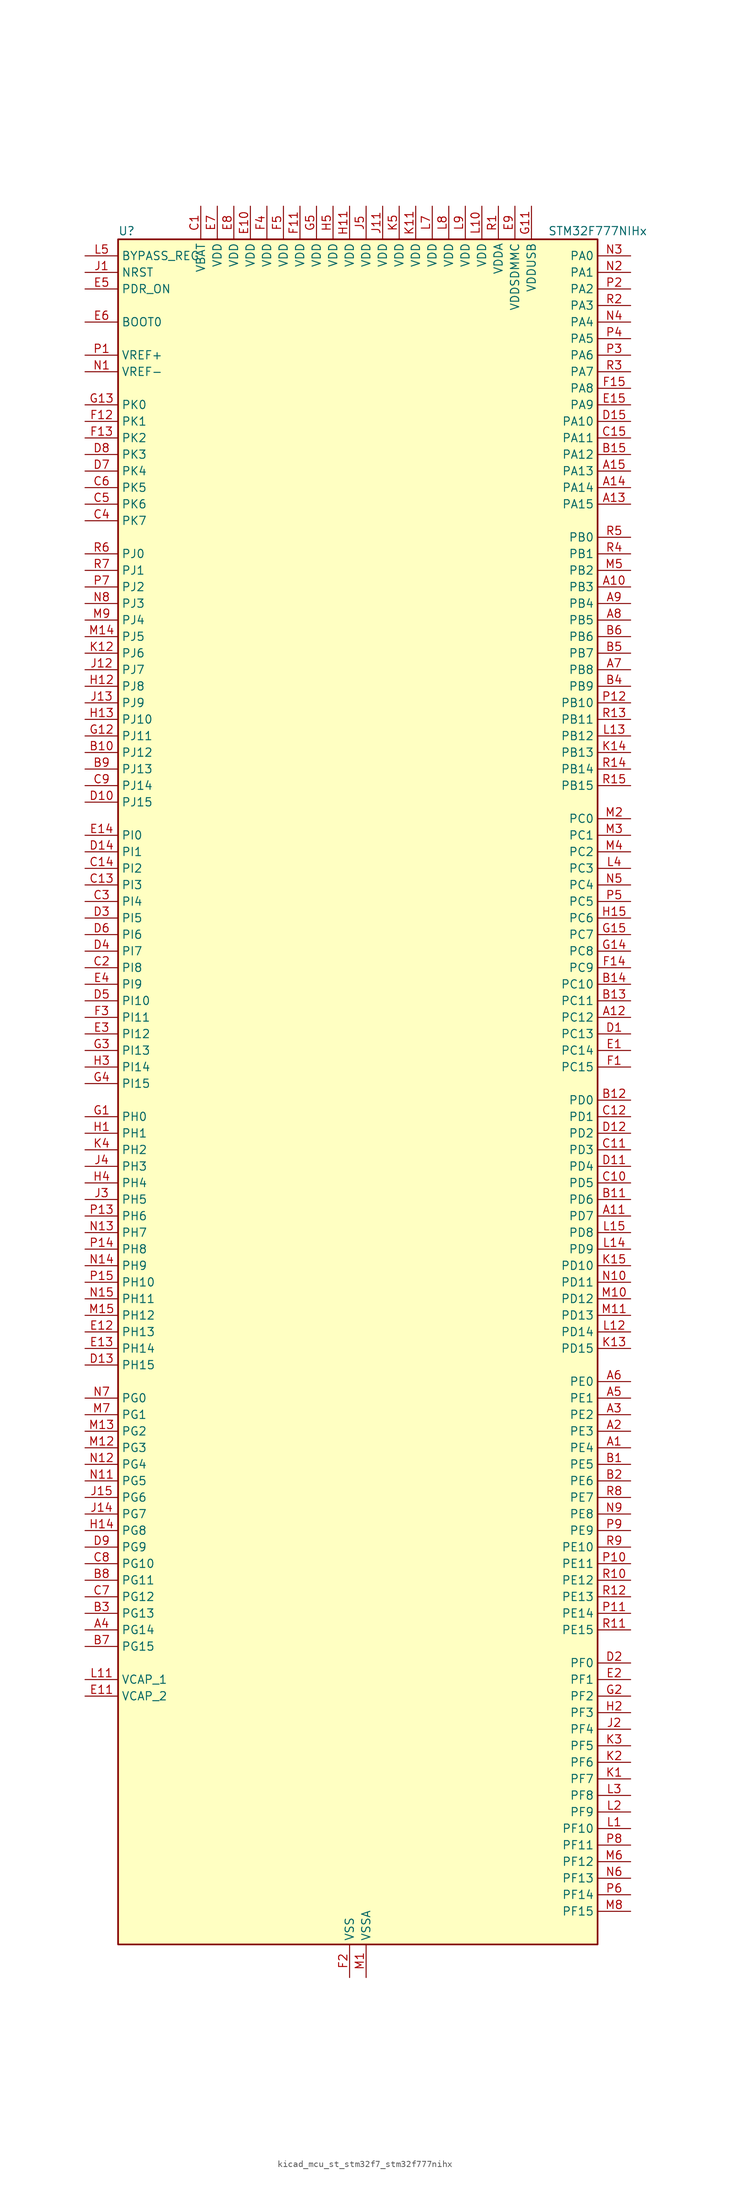
<source format=kicad_sym>
(kicad_symbol_lib
  (version 20220914)
  (generator kicad_symbol_editor)
  (symbol "kicad_mcu_st_stm32f7_stm32f777nihx"
    (property "Reference" "U"
      (at -35.56 133.35 0)
      (effects (font (size 1.27 1.27)) (justify left)))
    (property "Value" "STM32F777NIHx"
      (at 30.48 133.35 0)
      (effects (font (size 1.27 1.27)) (justify left)))
    (property "ki_locked" ""
      (at 0 0 0)
      (effects (font (size 1.27 1.27))))
    (symbol "kicad_mcu_st_stm32f7_stm32f777nihx_0_1"
      (rectangle (start -35.56 -129.54) (end 38.1 132.08) (stroke (width 0.254) (type default)) (fill (type background))))
    (symbol "kicad_mcu_st_stm32f7_stm32f777nihx_1_1"
      (pin bidirectional line (at 43.18 -53.34 180) (length 5.08) (name "PE4" (effects (font (size 1.27 1.27)))) (number "A1" (effects (font (size 1.27 1.27)))) (alternate "DCMI_D4" bidirectional line) (alternate "DFSDM1_DATIN3" bidirectional line) (alternate "FMC_A20" bidirectional line) (alternate "LTDC_B0" bidirectional line) (alternate "SAI1_FS_A" bidirectional line) (alternate "SPI4_NSS" bidirectional line) (alternate "SYS_TRACED1" bidirectional line))
      (pin bidirectional line (at 43.18 78.74 180) (length 5.08) (name "PB3" (effects (font (size 1.27 1.27)))) (number "A10" (effects (font (size 1.27 1.27)))) (alternate "CAN3_RX" bidirectional line) (alternate "I2S1_CK" bidirectional line) (alternate "I2S3_CK" bidirectional line) (alternate "SDMMC2_D2" bidirectional line) (alternate "SPI1_SCK" bidirectional line) (alternate "SPI3_SCK" bidirectional line) (alternate "SPI6_SCK" bidirectional line) (alternate "SYS_JTDO-SWO" bidirectional line) (alternate "TIM2_CH2" bidirectional line) (alternate "UART7_RX" bidirectional line))
      (pin bidirectional line (at 43.18 -17.78 180) (length 5.08) (name "PD7" (effects (font (size 1.27 1.27)))) (number "A11" (effects (font (size 1.27 1.27)))) (alternate "DFSDM1_CKIN1" bidirectional line) (alternate "DFSDM1_DATIN4" bidirectional line) (alternate "FMC_NE1" bidirectional line) (alternate "I2S1_SD" bidirectional line) (alternate "SDMMC2_CMD" bidirectional line) (alternate "SPDIFRX_IN0" bidirectional line) (alternate "SPI1_MOSI" bidirectional line) (alternate "USART2_CK" bidirectional line))
      (pin bidirectional line (at 43.18 12.7 180) (length 5.08) (name "PC12" (effects (font (size 1.27 1.27)))) (number "A12" (effects (font (size 1.27 1.27)))) (alternate "DCMI_D9" bidirectional line) (alternate "I2S3_SD" bidirectional line) (alternate "SDMMC1_CK" bidirectional line) (alternate "SPI3_MOSI" bidirectional line) (alternate "SYS_TRACED3" bidirectional line) (alternate "UART5_TX" bidirectional line) (alternate "USART3_CK" bidirectional line))
      (pin bidirectional line (at 43.18 91.44 180) (length 5.08) (name "PA15" (effects (font (size 1.27 1.27)))) (number "A13" (effects (font (size 1.27 1.27)))) (alternate "CAN3_TX" bidirectional line) (alternate "CEC" bidirectional line) (alternate "I2S1_WS" bidirectional line) (alternate "I2S3_WS" bidirectional line) (alternate "SPI1_NSS" bidirectional line) (alternate "SPI3_NSS" bidirectional line) (alternate "SPI6_NSS" bidirectional line) (alternate "SYS_JTDI" bidirectional line) (alternate "TIM2_CH1" bidirectional line) (alternate "TIM2_ETR" bidirectional line) (alternate "UART4_DE" bidirectional line) (alternate "UART4_RTS" bidirectional line) (alternate "UART7_TX" bidirectional line))
      (pin bidirectional line (at 43.18 93.98 180) (length 5.08) (name "PA14" (effects (font (size 1.27 1.27)))) (number "A14" (effects (font (size 1.27 1.27)))) (alternate "SYS_JTCK-SWCLK" bidirectional line))
      (pin bidirectional line (at 43.18 96.52 180) (length 5.08) (name "PA13" (effects (font (size 1.27 1.27)))) (number "A15" (effects (font (size 1.27 1.27)))) (alternate "SYS_JTMS-SWDIO" bidirectional line))
      (pin bidirectional line (at 43.18 -50.8 180) (length 5.08) (name "PE3" (effects (font (size 1.27 1.27)))) (number "A2" (effects (font (size 1.27 1.27)))) (alternate "FMC_A19" bidirectional line) (alternate "SAI1_SD_B" bidirectional line) (alternate "SYS_TRACED0" bidirectional line))
      (pin bidirectional line (at 43.18 -48.26 180) (length 5.08) (name "PE2" (effects (font (size 1.27 1.27)))) (number "A3" (effects (font (size 1.27 1.27)))) (alternate "ETH_TXD3" bidirectional line) (alternate "FMC_A23" bidirectional line) (alternate "QUADSPI_BK1_IO2" bidirectional line) (alternate "SAI1_MCLK_A" bidirectional line) (alternate "SPI4_SCK" bidirectional line) (alternate "SYS_TRACECLK" bidirectional line))
      (pin bidirectional line (at -40.64 -81.28 0) (length 5.08) (name "PG14" (effects (font (size 1.27 1.27)))) (number "A4" (effects (font (size 1.27 1.27)))) (alternate "ETH_TXD1" bidirectional line) (alternate "FMC_A25" bidirectional line) (alternate "LPTIM1_ETR" bidirectional line) (alternate "LTDC_B0" bidirectional line) (alternate "QUADSPI_BK2_IO3" bidirectional line) (alternate "SPI6_MOSI" bidirectional line) (alternate "SYS_TRACED1" bidirectional line) (alternate "USART6_TX" bidirectional line))
      (pin bidirectional line (at 43.18 -45.72 180) (length 5.08) (name "PE1" (effects (font (size 1.27 1.27)))) (number "A5" (effects (font (size 1.27 1.27)))) (alternate "DCMI_D3" bidirectional line) (alternate "FMC_NBL1" bidirectional line) (alternate "LPTIM1_IN2" bidirectional line) (alternate "UART8_TX" bidirectional line))
      (pin bidirectional line (at 43.18 -43.18 180) (length 5.08) (name "PE0" (effects (font (size 1.27 1.27)))) (number "A6" (effects (font (size 1.27 1.27)))) (alternate "DCMI_D2" bidirectional line) (alternate "FMC_NBL0" bidirectional line) (alternate "LPTIM1_ETR" bidirectional line) (alternate "SAI2_MCLK_A" bidirectional line) (alternate "TIM4_ETR" bidirectional line) (alternate "UART8_RX" bidirectional line))
      (pin bidirectional line (at 43.18 66.04 180) (length 5.08) (name "PB8" (effects (font (size 1.27 1.27)))) (number "A7" (effects (font (size 1.27 1.27)))) (alternate "CAN1_RX" bidirectional line) (alternate "DCMI_D6" bidirectional line) (alternate "DFSDM1_CKIN7" bidirectional line) (alternate "ETH_TXD3" bidirectional line) (alternate "I2C1_SCL" bidirectional line) (alternate "I2C4_SCL" bidirectional line) (alternate "LTDC_B6" bidirectional line) (alternate "SDMMC1_D4" bidirectional line) (alternate "SDMMC2_D4" bidirectional line) (alternate "TIM10_CH1" bidirectional line) (alternate "TIM4_CH3" bidirectional line) (alternate "UART5_RX" bidirectional line))
      (pin bidirectional line (at 43.18 73.66 180) (length 5.08) (name "PB5" (effects (font (size 1.27 1.27)))) (number "A8" (effects (font (size 1.27 1.27)))) (alternate "CAN2_RX" bidirectional line) (alternate "DCMI_D10" bidirectional line) (alternate "ETH_PPS_OUT" bidirectional line) (alternate "FMC_SDCKE1" bidirectional line) (alternate "I2C1_SMBA" bidirectional line) (alternate "I2S1_SD" bidirectional line) (alternate "I2S3_SD" bidirectional line) (alternate "LTDC_G7" bidirectional line) (alternate "SPI1_MOSI" bidirectional line) (alternate "SPI3_MOSI" bidirectional line) (alternate "SPI6_MOSI" bidirectional line) (alternate "TIM3_CH2" bidirectional line) (alternate "UART5_RX" bidirectional line) (alternate "USB_OTG_HS_ULPI_D7" bidirectional line))
      (pin bidirectional line (at 43.18 76.2 180) (length 5.08) (name "PB4" (effects (font (size 1.27 1.27)))) (number "A9" (effects (font (size 1.27 1.27)))) (alternate "CAN3_TX" bidirectional line) (alternate "I2S2_WS" bidirectional line) (alternate "SDMMC2_D3" bidirectional line) (alternate "SPI1_MISO" bidirectional line) (alternate "SPI2_NSS" bidirectional line) (alternate "SPI3_MISO" bidirectional line) (alternate "SPI6_MISO" bidirectional line) (alternate "SYS_JTRST" bidirectional line) (alternate "TIM3_CH1" bidirectional line) (alternate "UART7_TX" bidirectional line))
      (pin bidirectional line (at 43.18 -55.88 180) (length 5.08) (name "PE5" (effects (font (size 1.27 1.27)))) (number "B1" (effects (font (size 1.27 1.27)))) (alternate "DCMI_D6" bidirectional line) (alternate "DFSDM1_CKIN3" bidirectional line) (alternate "FMC_A21" bidirectional line) (alternate "LTDC_G0" bidirectional line) (alternate "SAI1_SCK_A" bidirectional line) (alternate "SPI4_MISO" bidirectional line) (alternate "SYS_TRACED2" bidirectional line) (alternate "TIM9_CH1" bidirectional line))
      (pin bidirectional line (at -40.64 53.34 0) (length 5.08) (name "PJ12" (effects (font (size 1.27 1.27)))) (number "B10" (effects (font (size 1.27 1.27)))) (alternate "LTDC_B0" bidirectional line) (alternate "LTDC_G3" bidirectional line))
      (pin bidirectional line (at 43.18 -15.24 180) (length 5.08) (name "PD6" (effects (font (size 1.27 1.27)))) (number "B11" (effects (font (size 1.27 1.27)))) (alternate "DCMI_D10" bidirectional line) (alternate "DFSDM1_CKIN4" bidirectional line) (alternate "DFSDM1_DATIN1" bidirectional line) (alternate "FMC_NWAIT" bidirectional line) (alternate "I2S3_SD" bidirectional line) (alternate "LTDC_B2" bidirectional line) (alternate "SAI1_SD_A" bidirectional line) (alternate "SDMMC2_CK" bidirectional line) (alternate "SPI3_MOSI" bidirectional line) (alternate "USART2_RX" bidirectional line))
      (pin bidirectional line (at 43.18 0 180) (length 5.08) (name "PD0" (effects (font (size 1.27 1.27)))) (number "B12" (effects (font (size 1.27 1.27)))) (alternate "CAN1_RX" bidirectional line) (alternate "DFSDM1_CKIN6" bidirectional line) (alternate "DFSDM1_DATIN7" bidirectional line) (alternate "FMC_D2" bidirectional line) (alternate "FMC_DA2" bidirectional line) (alternate "UART4_RX" bidirectional line))
      (pin bidirectional line (at 43.18 15.24 180) (length 5.08) (name "PC11" (effects (font (size 1.27 1.27)))) (number "B13" (effects (font (size 1.27 1.27)))) (alternate "ADC1_EXTI11" bidirectional line) (alternate "ADC2_EXTI11" bidirectional line) (alternate "ADC3_EXTI11" bidirectional line) (alternate "DCMI_D4" bidirectional line) (alternate "DFSDM1_DATIN5" bidirectional line) (alternate "QUADSPI_BK2_NCS" bidirectional line) (alternate "SDMMC1_D3" bidirectional line) (alternate "SPI3_MISO" bidirectional line) (alternate "UART4_RX" bidirectional line) (alternate "USART3_RX" bidirectional line))
      (pin bidirectional line (at 43.18 17.78 180) (length 5.08) (name "PC10" (effects (font (size 1.27 1.27)))) (number "B14" (effects (font (size 1.27 1.27)))) (alternate "DCMI_D8" bidirectional line) (alternate "DFSDM1_CKIN5" bidirectional line) (alternate "I2S3_CK" bidirectional line) (alternate "LTDC_R2" bidirectional line) (alternate "QUADSPI_BK1_IO1" bidirectional line) (alternate "SDMMC1_D2" bidirectional line) (alternate "SPI3_SCK" bidirectional line) (alternate "UART4_TX" bidirectional line) (alternate "USART3_TX" bidirectional line))
      (pin bidirectional line (at 43.18 99.06 180) (length 5.08) (name "PA12" (effects (font (size 1.27 1.27)))) (number "B15" (effects (font (size 1.27 1.27)))) (alternate "CAN1_TX" bidirectional line) (alternate "I2S2_CK" bidirectional line) (alternate "LTDC_R5" bidirectional line) (alternate "SAI2_FS_B" bidirectional line) (alternate "SPI2_SCK" bidirectional line) (alternate "TIM1_ETR" bidirectional line) (alternate "UART4_TX" bidirectional line) (alternate "USART1_DE" bidirectional line) (alternate "USART1_RTS" bidirectional line) (alternate "USB_OTG_FS_DP" bidirectional line))
      (pin bidirectional line (at 43.18 -58.42 180) (length 5.08) (name "PE6" (effects (font (size 1.27 1.27)))) (number "B2" (effects (font (size 1.27 1.27)))) (alternate "DCMI_D7" bidirectional line) (alternate "FMC_A22" bidirectional line) (alternate "LTDC_G1" bidirectional line) (alternate "SAI1_SD_A" bidirectional line) (alternate "SAI2_MCLK_B" bidirectional line) (alternate "SPI4_MOSI" bidirectional line) (alternate "SYS_TRACED3" bidirectional line) (alternate "TIM1_BKIN2" bidirectional line) (alternate "TIM9_CH2" bidirectional line))
      (pin bidirectional line (at -40.64 -78.74 0) (length 5.08) (name "PG13" (effects (font (size 1.27 1.27)))) (number "B3" (effects (font (size 1.27 1.27)))) (alternate "ETH_TXD0" bidirectional line) (alternate "FMC_A24" bidirectional line) (alternate "LPTIM1_OUT" bidirectional line) (alternate "LTDC_R0" bidirectional line) (alternate "SPI6_SCK" bidirectional line) (alternate "SYS_TRACED0" bidirectional line) (alternate "USART6_CTS" bidirectional line))
      (pin bidirectional line (at 43.18 63.5 180) (length 5.08) (name "PB9" (effects (font (size 1.27 1.27)))) (number "B4" (effects (font (size 1.27 1.27)))) (alternate "CAN1_TX" bidirectional line) (alternate "DAC_EXTI9" bidirectional line) (alternate "DCMI_D7" bidirectional line) (alternate "DFSDM1_DATIN7" bidirectional line) (alternate "I2C1_SDA" bidirectional line) (alternate "I2C4_SDA" bidirectional line) (alternate "I2C4_SMBA" bidirectional line) (alternate "I2S2_WS" bidirectional line) (alternate "LTDC_B7" bidirectional line) (alternate "SDMMC1_D5" bidirectional line) (alternate "SDMMC2_D5" bidirectional line) (alternate "SPI2_NSS" bidirectional line) (alternate "TIM11_CH1" bidirectional line) (alternate "TIM4_CH4" bidirectional line) (alternate "UART5_TX" bidirectional line))
      (pin bidirectional line (at 43.18 68.58 180) (length 5.08) (name "PB7" (effects (font (size 1.27 1.27)))) (number "B5" (effects (font (size 1.27 1.27)))) (alternate "DCMI_VSYNC" bidirectional line) (alternate "DFSDM1_CKIN5" bidirectional line) (alternate "FMC_NL" bidirectional line) (alternate "I2C1_SDA" bidirectional line) (alternate "I2C4_SDA" bidirectional line) (alternate "TIM4_CH2" bidirectional line) (alternate "USART1_RX" bidirectional line))
      (pin bidirectional line (at 43.18 71.12 180) (length 5.08) (name "PB6" (effects (font (size 1.27 1.27)))) (number "B6" (effects (font (size 1.27 1.27)))) (alternate "CAN2_TX" bidirectional line) (alternate "CEC" bidirectional line) (alternate "DCMI_D5" bidirectional line) (alternate "DFSDM1_DATIN5" bidirectional line) (alternate "FMC_SDNE1" bidirectional line) (alternate "I2C1_SCL" bidirectional line) (alternate "I2C4_SCL" bidirectional line) (alternate "QUADSPI_BK1_NCS" bidirectional line) (alternate "TIM4_CH1" bidirectional line) (alternate "UART5_TX" bidirectional line) (alternate "USART1_TX" bidirectional line))
      (pin bidirectional line (at -40.64 -83.82 0) (length 5.08) (name "PG15" (effects (font (size 1.27 1.27)))) (number "B7" (effects (font (size 1.27 1.27)))) (alternate "DCMI_D13" bidirectional line) (alternate "FMC_SDNCAS" bidirectional line) (alternate "USART6_CTS" bidirectional line))
      (pin bidirectional line (at -40.64 -73.66 0) (length 5.08) (name "PG11" (effects (font (size 1.27 1.27)))) (number "B8" (effects (font (size 1.27 1.27)))) (alternate "ADC1_EXTI11" bidirectional line) (alternate "ADC2_EXTI11" bidirectional line) (alternate "ADC3_EXTI11" bidirectional line) (alternate "DCMI_D3" bidirectional line) (alternate "ETH_TX_EN" bidirectional line) (alternate "I2S1_CK" bidirectional line) (alternate "LTDC_B3" bidirectional line) (alternate "SDMMC2_D2" bidirectional line) (alternate "SPDIFRX_IN0" bidirectional line) (alternate "SPI1_SCK" bidirectional line))
      (pin bidirectional line (at -40.64 50.8 0) (length 5.08) (name "PJ13" (effects (font (size 1.27 1.27)))) (number "B9" (effects (font (size 1.27 1.27)))) (alternate "LTDC_B1" bidirectional line) (alternate "LTDC_G4" bidirectional line))
      (pin power_in line (at -22.86 137.16 270) (length 5.08) (name "VBAT" (effects (font (size 1.27 1.27)))) (number "C1" (effects (font (size 1.27 1.27)))))
      (pin bidirectional line (at 43.18 -12.7 180) (length 5.08) (name "PD5" (effects (font (size 1.27 1.27)))) (number "C10" (effects (font (size 1.27 1.27)))) (alternate "FMC_NWE" bidirectional line) (alternate "USART2_TX" bidirectional line))
      (pin bidirectional line (at 43.18 -7.62 180) (length 5.08) (name "PD3" (effects (font (size 1.27 1.27)))) (number "C11" (effects (font (size 1.27 1.27)))) (alternate "DCMI_D5" bidirectional line) (alternate "DFSDM1_CKOUT" bidirectional line) (alternate "DFSDM1_DATIN0" bidirectional line) (alternate "FMC_CLK" bidirectional line) (alternate "I2S2_CK" bidirectional line) (alternate "LTDC_G7" bidirectional line) (alternate "SPI2_SCK" bidirectional line) (alternate "USART2_CTS" bidirectional line))
      (pin bidirectional line (at 43.18 -2.54 180) (length 5.08) (name "PD1" (effects (font (size 1.27 1.27)))) (number "C12" (effects (font (size 1.27 1.27)))) (alternate "CAN1_TX" bidirectional line) (alternate "DFSDM1_CKIN7" bidirectional line) (alternate "DFSDM1_DATIN6" bidirectional line) (alternate "FMC_D3" bidirectional line) (alternate "FMC_DA3" bidirectional line) (alternate "UART4_TX" bidirectional line))
      (pin bidirectional line (at -40.64 33.02 0) (length 5.08) (name "PI3" (effects (font (size 1.27 1.27)))) (number "C13" (effects (font (size 1.27 1.27)))) (alternate "DCMI_D10" bidirectional line) (alternate "FMC_D27" bidirectional line) (alternate "I2S2_SD" bidirectional line) (alternate "SPI2_MOSI" bidirectional line) (alternate "TIM8_ETR" bidirectional line))
      (pin bidirectional line (at -40.64 35.56 0) (length 5.08) (name "PI2" (effects (font (size 1.27 1.27)))) (number "C14" (effects (font (size 1.27 1.27)))) (alternate "DCMI_D9" bidirectional line) (alternate "FMC_D26" bidirectional line) (alternate "LTDC_G7" bidirectional line) (alternate "SPI2_MISO" bidirectional line) (alternate "TIM8_CH4" bidirectional line))
      (pin bidirectional line (at 43.18 101.6 180) (length 5.08) (name "PA11" (effects (font (size 1.27 1.27)))) (number "C15" (effects (font (size 1.27 1.27)))) (alternate "ADC1_EXTI11" bidirectional line) (alternate "ADC2_EXTI11" bidirectional line) (alternate "ADC3_EXTI11" bidirectional line) (alternate "CAN1_RX" bidirectional line) (alternate "I2S2_WS" bidirectional line) (alternate "LTDC_R4" bidirectional line) (alternate "SPI2_NSS" bidirectional line) (alternate "TIM1_CH4" bidirectional line) (alternate "UART4_RX" bidirectional line) (alternate "USART1_CTS" bidirectional line) (alternate "USB_OTG_FS_DM" bidirectional line))
      (pin bidirectional line (at -40.64 20.32 0) (length 5.08) (name "PI8" (effects (font (size 1.27 1.27)))) (number "C2" (effects (font (size 1.27 1.27)))) (alternate "RTC_TAMP2" bidirectional line) (alternate "RTC_TS" bidirectional line) (alternate "SYS_WKUP5" bidirectional line))
      (pin bidirectional line (at -40.64 30.48 0) (length 5.08) (name "PI4" (effects (font (size 1.27 1.27)))) (number "C3" (effects (font (size 1.27 1.27)))) (alternate "DCMI_D5" bidirectional line) (alternate "FMC_NBL2" bidirectional line) (alternate "LTDC_B4" bidirectional line) (alternate "SAI2_MCLK_A" bidirectional line) (alternate "TIM8_BKIN" bidirectional line))
      (pin bidirectional line (at -40.64 88.9 0) (length 5.08) (name "PK7" (effects (font (size 1.27 1.27)))) (number "C4" (effects (font (size 1.27 1.27)))) (alternate "LTDC_DE" bidirectional line))
      (pin bidirectional line (at -40.64 91.44 0) (length 5.08) (name "PK6" (effects (font (size 1.27 1.27)))) (number "C5" (effects (font (size 1.27 1.27)))) (alternate "LTDC_B7" bidirectional line))
      (pin bidirectional line (at -40.64 93.98 0) (length 5.08) (name "PK5" (effects (font (size 1.27 1.27)))) (number "C6" (effects (font (size 1.27 1.27)))) (alternate "LTDC_B6" bidirectional line))
      (pin bidirectional line (at -40.64 -76.2 0) (length 5.08) (name "PG12" (effects (font (size 1.27 1.27)))) (number "C7" (effects (font (size 1.27 1.27)))) (alternate "FMC_NE4" bidirectional line) (alternate "LPTIM1_IN1" bidirectional line) (alternate "LTDC_B1" bidirectional line) (alternate "LTDC_B4" bidirectional line) (alternate "SDMMC2_D3" bidirectional line) (alternate "SPDIFRX_IN1" bidirectional line) (alternate "SPI6_MISO" bidirectional line) (alternate "USART6_DE" bidirectional line) (alternate "USART6_RTS" bidirectional line))
      (pin bidirectional line (at -40.64 -71.12 0) (length 5.08) (name "PG10" (effects (font (size 1.27 1.27)))) (number "C8" (effects (font (size 1.27 1.27)))) (alternate "DCMI_D2" bidirectional line) (alternate "FMC_NE3" bidirectional line) (alternate "I2S1_WS" bidirectional line) (alternate "LTDC_B2" bidirectional line) (alternate "LTDC_G3" bidirectional line) (alternate "SAI2_SD_B" bidirectional line) (alternate "SDMMC2_D1" bidirectional line) (alternate "SPI1_NSS" bidirectional line))
      (pin bidirectional line (at -40.64 48.26 0) (length 5.08) (name "PJ14" (effects (font (size 1.27 1.27)))) (number "C9" (effects (font (size 1.27 1.27)))) (alternate "LTDC_B2" bidirectional line))
      (pin bidirectional line (at 43.18 10.16 180) (length 5.08) (name "PC13" (effects (font (size 1.27 1.27)))) (number "D1" (effects (font (size 1.27 1.27)))) (alternate "RTC_OUT" bidirectional line) (alternate "RTC_TAMP1" bidirectional line) (alternate "RTC_TS" bidirectional line) (alternate "SYS_WKUP4" bidirectional line))
      (pin bidirectional line (at -40.64 45.72 0) (length 5.08) (name "PJ15" (effects (font (size 1.27 1.27)))) (number "D10" (effects (font (size 1.27 1.27)))) (alternate "LTDC_B3" bidirectional line))
      (pin bidirectional line (at 43.18 -10.16 180) (length 5.08) (name "PD4" (effects (font (size 1.27 1.27)))) (number "D11" (effects (font (size 1.27 1.27)))) (alternate "DFSDM1_CKIN0" bidirectional line) (alternate "FMC_NOE" bidirectional line) (alternate "USART2_DE" bidirectional line) (alternate "USART2_RTS" bidirectional line))
      (pin bidirectional line (at 43.18 -5.08 180) (length 5.08) (name "PD2" (effects (font (size 1.27 1.27)))) (number "D12" (effects (font (size 1.27 1.27)))) (alternate "DCMI_D11" bidirectional line) (alternate "SDMMC1_CMD" bidirectional line) (alternate "SYS_TRACED2" bidirectional line) (alternate "TIM3_ETR" bidirectional line) (alternate "UART5_RX" bidirectional line))
      (pin bidirectional line (at -40.64 -40.64 0) (length 5.08) (name "PH15" (effects (font (size 1.27 1.27)))) (number "D13" (effects (font (size 1.27 1.27)))) (alternate "DCMI_D11" bidirectional line) (alternate "FMC_D23" bidirectional line) (alternate "LTDC_G4" bidirectional line) (alternate "TIM8_CH3N" bidirectional line))
      (pin bidirectional line (at -40.64 38.1 0) (length 5.08) (name "PI1" (effects (font (size 1.27 1.27)))) (number "D14" (effects (font (size 1.27 1.27)))) (alternate "DCMI_D8" bidirectional line) (alternate "FMC_D25" bidirectional line) (alternate "I2S2_CK" bidirectional line) (alternate "LTDC_G6" bidirectional line) (alternate "SPI2_SCK" bidirectional line) (alternate "TIM8_BKIN2" bidirectional line))
      (pin bidirectional line (at 43.18 104.14 180) (length 5.08) (name "PA10" (effects (font (size 1.27 1.27)))) (number "D15" (effects (font (size 1.27 1.27)))) (alternate "DCMI_D1" bidirectional line) (alternate "LTDC_B1" bidirectional line) (alternate "LTDC_B4" bidirectional line) (alternate "MDIOS_MDIO" bidirectional line) (alternate "TIM1_CH3" bidirectional line) (alternate "USART1_RX" bidirectional line) (alternate "USB_OTG_FS_ID" bidirectional line))
      (pin bidirectional line (at 43.18 -86.36 180) (length 5.08) (name "PF0" (effects (font (size 1.27 1.27)))) (number "D2" (effects (font (size 1.27 1.27)))) (alternate "FMC_A0" bidirectional line) (alternate "I2C2_SDA" bidirectional line))
      (pin bidirectional line (at -40.64 27.94 0) (length 5.08) (name "PI5" (effects (font (size 1.27 1.27)))) (number "D3" (effects (font (size 1.27 1.27)))) (alternate "DCMI_VSYNC" bidirectional line) (alternate "FMC_NBL3" bidirectional line) (alternate "LTDC_B5" bidirectional line) (alternate "SAI2_SCK_A" bidirectional line) (alternate "TIM8_CH1" bidirectional line))
      (pin bidirectional line (at -40.64 22.86 0) (length 5.08) (name "PI7" (effects (font (size 1.27 1.27)))) (number "D4" (effects (font (size 1.27 1.27)))) (alternate "DCMI_D7" bidirectional line) (alternate "FMC_D29" bidirectional line) (alternate "LTDC_B7" bidirectional line) (alternate "SAI2_FS_A" bidirectional line) (alternate "TIM8_CH3" bidirectional line))
      (pin bidirectional line (at -40.64 15.24 0) (length 5.08) (name "PI10" (effects (font (size 1.27 1.27)))) (number "D5" (effects (font (size 1.27 1.27)))) (alternate "ETH_RX_ER" bidirectional line) (alternate "FMC_D31" bidirectional line) (alternate "LTDC_HSYNC" bidirectional line))
      (pin bidirectional line (at -40.64 25.4 0) (length 5.08) (name "PI6" (effects (font (size 1.27 1.27)))) (number "D6" (effects (font (size 1.27 1.27)))) (alternate "DCMI_D6" bidirectional line) (alternate "FMC_D28" bidirectional line) (alternate "LTDC_B6" bidirectional line) (alternate "SAI2_SD_A" bidirectional line) (alternate "TIM8_CH2" bidirectional line))
      (pin bidirectional line (at -40.64 96.52 0) (length 5.08) (name "PK4" (effects (font (size 1.27 1.27)))) (number "D7" (effects (font (size 1.27 1.27)))) (alternate "LTDC_B5" bidirectional line))
      (pin bidirectional line (at -40.64 99.06 0) (length 5.08) (name "PK3" (effects (font (size 1.27 1.27)))) (number "D8" (effects (font (size 1.27 1.27)))) (alternate "LTDC_B4" bidirectional line))
      (pin bidirectional line (at -40.64 -68.58 0) (length 5.08) (name "PG9" (effects (font (size 1.27 1.27)))) (number "D9" (effects (font (size 1.27 1.27)))) (alternate "DAC_EXTI9" bidirectional line) (alternate "DCMI_VSYNC" bidirectional line) (alternate "FMC_NCE" bidirectional line) (alternate "FMC_NE2" bidirectional line) (alternate "QUADSPI_BK2_IO2" bidirectional line) (alternate "SAI2_FS_B" bidirectional line) (alternate "SDMMC2_D0" bidirectional line) (alternate "SPDIFRX_IN3" bidirectional line) (alternate "SPI1_MISO" bidirectional line) (alternate "USART6_RX" bidirectional line))
      (pin bidirectional line (at 43.18 7.62 180) (length 5.08) (name "PC14" (effects (font (size 1.27 1.27)))) (number "E1" (effects (font (size 1.27 1.27)))) (alternate "RCC_OSC32_IN" bidirectional line))
      (pin power_in line (at -15.24 137.16 270) (length 5.08) (name "VDD" (effects (font (size 1.27 1.27)))) (number "E10" (effects (font (size 1.27 1.27)))))
      (pin power_out line (at -40.64 -91.44 0) (length 5.08) (name "VCAP_2" (effects (font (size 1.27 1.27)))) (number "E11" (effects (font (size 1.27 1.27)))))
      (pin bidirectional line (at -40.64 -35.56 0) (length 5.08) (name "PH13" (effects (font (size 1.27 1.27)))) (number "E12" (effects (font (size 1.27 1.27)))) (alternate "CAN1_TX" bidirectional line) (alternate "FMC_D21" bidirectional line) (alternate "LTDC_G2" bidirectional line) (alternate "TIM8_CH1N" bidirectional line) (alternate "UART4_TX" bidirectional line))
      (pin bidirectional line (at -40.64 -38.1 0) (length 5.08) (name "PH14" (effects (font (size 1.27 1.27)))) (number "E13" (effects (font (size 1.27 1.27)))) (alternate "CAN1_RX" bidirectional line) (alternate "DCMI_D4" bidirectional line) (alternate "FMC_D22" bidirectional line) (alternate "LTDC_G3" bidirectional line) (alternate "TIM8_CH2N" bidirectional line) (alternate "UART4_RX" bidirectional line))
      (pin bidirectional line (at -40.64 40.64 0) (length 5.08) (name "PI0" (effects (font (size 1.27 1.27)))) (number "E14" (effects (font (size 1.27 1.27)))) (alternate "DCMI_D13" bidirectional line) (alternate "FMC_D24" bidirectional line) (alternate "I2S2_WS" bidirectional line) (alternate "LTDC_G5" bidirectional line) (alternate "SPI2_NSS" bidirectional line) (alternate "TIM5_CH4" bidirectional line))
      (pin bidirectional line (at 43.18 106.68 180) (length 5.08) (name "PA9" (effects (font (size 1.27 1.27)))) (number "E15" (effects (font (size 1.27 1.27)))) (alternate "DAC_EXTI9" bidirectional line) (alternate "DCMI_D0" bidirectional line) (alternate "I2C3_SMBA" bidirectional line) (alternate "I2S2_CK" bidirectional line) (alternate "LTDC_R5" bidirectional line) (alternate "SPI2_SCK" bidirectional line) (alternate "TIM1_CH2" bidirectional line) (alternate "USART1_TX" bidirectional line) (alternate "USB_OTG_FS_VBUS" bidirectional line))
      (pin bidirectional line (at 43.18 -88.9 180) (length 5.08) (name "PF1" (effects (font (size 1.27 1.27)))) (number "E2" (effects (font (size 1.27 1.27)))) (alternate "FMC_A1" bidirectional line) (alternate "I2C2_SCL" bidirectional line))
      (pin bidirectional line (at -40.64 10.16 0) (length 5.08) (name "PI12" (effects (font (size 1.27 1.27)))) (number "E3" (effects (font (size 1.27 1.27)))) (alternate "LTDC_HSYNC" bidirectional line))
      (pin bidirectional line (at -40.64 17.78 0) (length 5.08) (name "PI9" (effects (font (size 1.27 1.27)))) (number "E4" (effects (font (size 1.27 1.27)))) (alternate "CAN1_RX" bidirectional line) (alternate "DAC_EXTI9" bidirectional line) (alternate "FMC_D30" bidirectional line) (alternate "LTDC_VSYNC" bidirectional line) (alternate "UART4_RX" bidirectional line))
      (pin input line (at -40.64 124.46 0) (length 5.08) (name "PDR_ON" (effects (font (size 1.27 1.27)))) (number "E5" (effects (font (size 1.27 1.27)))))
      (pin input line (at -40.64 119.38 0) (length 5.08) (name "BOOT0" (effects (font (size 1.27 1.27)))) (number "E6" (effects (font (size 1.27 1.27)))))
      (pin power_in line (at -20.32 137.16 270) (length 5.08) (name "VDD" (effects (font (size 1.27 1.27)))) (number "E7" (effects (font (size 1.27 1.27)))))
      (pin power_in line (at -17.78 137.16 270) (length 5.08) (name "VDD" (effects (font (size 1.27 1.27)))) (number "E8" (effects (font (size 1.27 1.27)))))
      (pin power_in line (at 25.4 137.16 270) (length 5.08) (name "VDDSDMMC" (effects (font (size 1.27 1.27)))) (number "E9" (effects (font (size 1.27 1.27)))))
      (pin bidirectional line (at 43.18 5.08 180) (length 5.08) (name "PC15" (effects (font (size 1.27 1.27)))) (number "F1" (effects (font (size 1.27 1.27)))) (alternate "RCC_OSC32_OUT" bidirectional line))
      (pin passive line (at 0 -134.62 90) (length 5.08) hide (name "VSS" (effects (font (size 1.27 1.27)))) (number "F10" (effects (font (size 1.27 1.27)))))
      (pin power_in line (at -7.62 137.16 270) (length 5.08) (name "VDD" (effects (font (size 1.27 1.27)))) (number "F11" (effects (font (size 1.27 1.27)))))
      (pin bidirectional line (at -40.64 104.14 0) (length 5.08) (name "PK1" (effects (font (size 1.27 1.27)))) (number "F12" (effects (font (size 1.27 1.27)))) (alternate "LTDC_G6" bidirectional line))
      (pin bidirectional line (at -40.64 101.6 0) (length 5.08) (name "PK2" (effects (font (size 1.27 1.27)))) (number "F13" (effects (font (size 1.27 1.27)))) (alternate "LTDC_G7" bidirectional line))
      (pin bidirectional line (at 43.18 20.32 180) (length 5.08) (name "PC9" (effects (font (size 1.27 1.27)))) (number "F14" (effects (font (size 1.27 1.27)))) (alternate "DAC_EXTI9" bidirectional line) (alternate "DCMI_D3" bidirectional line) (alternate "I2C3_SDA" bidirectional line) (alternate "I2S_CKIN" bidirectional line) (alternate "LTDC_B2" bidirectional line) (alternate "LTDC_G3" bidirectional line) (alternate "QUADSPI_BK1_IO0" bidirectional line) (alternate "RCC_MCO_2" bidirectional line) (alternate "SDMMC1_D1" bidirectional line) (alternate "TIM3_CH4" bidirectional line) (alternate "TIM8_CH4" bidirectional line) (alternate "UART5_CTS" bidirectional line))
      (pin bidirectional line (at 43.18 109.22 180) (length 5.08) (name "PA8" (effects (font (size 1.27 1.27)))) (number "F15" (effects (font (size 1.27 1.27)))) (alternate "CAN3_RX" bidirectional line) (alternate "I2C3_SCL" bidirectional line) (alternate "LTDC_B3" bidirectional line) (alternate "LTDC_R6" bidirectional line) (alternate "RCC_MCO_1" bidirectional line) (alternate "TIM1_CH1" bidirectional line) (alternate "TIM8_BKIN2" bidirectional line) (alternate "UART7_RX" bidirectional line) (alternate "USART1_CK" bidirectional line) (alternate "USB_OTG_FS_SOF" bidirectional line))
      (pin power_in line (at 0 -134.62 90) (length 5.08) (name "VSS" (effects (font (size 1.27 1.27)))) (number "F2" (effects (font (size 1.27 1.27)))))
      (pin bidirectional line (at -40.64 12.7 0) (length 5.08) (name "PI11" (effects (font (size 1.27 1.27)))) (number "F3" (effects (font (size 1.27 1.27)))) (alternate "ADC1_EXTI11" bidirectional line) (alternate "ADC2_EXTI11" bidirectional line) (alternate "ADC3_EXTI11" bidirectional line) (alternate "LTDC_G6" bidirectional line) (alternate "SYS_WKUP6" bidirectional line) (alternate "USB_OTG_HS_ULPI_DIR" bidirectional line))
      (pin power_in line (at -12.7 137.16 270) (length 5.08) (name "VDD" (effects (font (size 1.27 1.27)))) (number "F4" (effects (font (size 1.27 1.27)))))
      (pin power_in line (at -10.16 137.16 270) (length 5.08) (name "VDD" (effects (font (size 1.27 1.27)))) (number "F5" (effects (font (size 1.27 1.27)))))
      (pin passive line (at 0 -134.62 90) (length 5.08) hide (name "VSS" (effects (font (size 1.27 1.27)))) (number "F6" (effects (font (size 1.27 1.27)))))
      (pin passive line (at 0 -134.62 90) (length 5.08) hide (name "VSS" (effects (font (size 1.27 1.27)))) (number "F7" (effects (font (size 1.27 1.27)))))
      (pin passive line (at 0 -134.62 90) (length 5.08) hide (name "VSS" (effects (font (size 1.27 1.27)))) (number "F8" (effects (font (size 1.27 1.27)))))
      (pin passive line (at 0 -134.62 90) (length 5.08) hide (name "VSS" (effects (font (size 1.27 1.27)))) (number "F9" (effects (font (size 1.27 1.27)))))
      (pin bidirectional line (at -40.64 -2.54 0) (length 5.08) (name "PH0" (effects (font (size 1.27 1.27)))) (number "G1" (effects (font (size 1.27 1.27)))) (alternate "RCC_OSC_IN" bidirectional line))
      (pin passive line (at 0 -134.62 90) (length 5.08) hide (name "VSS" (effects (font (size 1.27 1.27)))) (number "G10" (effects (font (size 1.27 1.27)))))
      (pin power_in line (at 27.94 137.16 270) (length 5.08) (name "VDDUSB" (effects (font (size 1.27 1.27)))) (number "G11" (effects (font (size 1.27 1.27)))))
      (pin bidirectional line (at -40.64 55.88 0) (length 5.08) (name "PJ11" (effects (font (size 1.27 1.27)))) (number "G12" (effects (font (size 1.27 1.27)))) (alternate "ADC1_EXTI11" bidirectional line) (alternate "ADC2_EXTI11" bidirectional line) (alternate "ADC3_EXTI11" bidirectional line) (alternate "LTDC_G4" bidirectional line))
      (pin bidirectional line (at -40.64 106.68 0) (length 5.08) (name "PK0" (effects (font (size 1.27 1.27)))) (number "G13" (effects (font (size 1.27 1.27)))) (alternate "LTDC_G5" bidirectional line))
      (pin bidirectional line (at 43.18 22.86 180) (length 5.08) (name "PC8" (effects (font (size 1.27 1.27)))) (number "G14" (effects (font (size 1.27 1.27)))) (alternate "DCMI_D2" bidirectional line) (alternate "FMC_NCE" bidirectional line) (alternate "FMC_NE2" bidirectional line) (alternate "SDMMC1_D0" bidirectional line) (alternate "SYS_TRACED1" bidirectional line) (alternate "TIM3_CH3" bidirectional line) (alternate "TIM8_CH3" bidirectional line) (alternate "UART5_DE" bidirectional line) (alternate "UART5_RTS" bidirectional line) (alternate "USART6_CK" bidirectional line))
      (pin bidirectional line (at 43.18 25.4 180) (length 5.08) (name "PC7" (effects (font (size 1.27 1.27)))) (number "G15" (effects (font (size 1.27 1.27)))) (alternate "DCMI_D1" bidirectional line) (alternate "DFSDM1_DATIN3" bidirectional line) (alternate "FMC_NE1" bidirectional line) (alternate "I2S3_MCK" bidirectional line) (alternate "LTDC_G6" bidirectional line) (alternate "SDMMC1_D7" bidirectional line) (alternate "SDMMC2_D7" bidirectional line) (alternate "TIM3_CH2" bidirectional line) (alternate "TIM8_CH2" bidirectional line) (alternate "USART6_RX" bidirectional line))
      (pin bidirectional line (at 43.18 -91.44 180) (length 5.08) (name "PF2" (effects (font (size 1.27 1.27)))) (number "G2" (effects (font (size 1.27 1.27)))) (alternate "FMC_A2" bidirectional line) (alternate "I2C2_SMBA" bidirectional line))
      (pin bidirectional line (at -40.64 7.62 0) (length 5.08) (name "PI13" (effects (font (size 1.27 1.27)))) (number "G3" (effects (font (size 1.27 1.27)))) (alternate "LTDC_VSYNC" bidirectional line))
      (pin bidirectional line (at -40.64 2.54 0) (length 5.08) (name "PI15" (effects (font (size 1.27 1.27)))) (number "G4" (effects (font (size 1.27 1.27)))) (alternate "LTDC_G2" bidirectional line) (alternate "LTDC_R0" bidirectional line))
      (pin power_in line (at -5.08 137.16 270) (length 5.08) (name "VDD" (effects (font (size 1.27 1.27)))) (number "G5" (effects (font (size 1.27 1.27)))))
      (pin passive line (at 0 -134.62 90) (length 5.08) hide (name "VSS" (effects (font (size 1.27 1.27)))) (number "G6" (effects (font (size 1.27 1.27)))))
      (pin bidirectional line (at -40.64 -5.08 0) (length 5.08) (name "PH1" (effects (font (size 1.27 1.27)))) (number "H1" (effects (font (size 1.27 1.27)))) (alternate "RCC_OSC_OUT" bidirectional line))
      (pin passive line (at 0 -134.62 90) (length 5.08) hide (name "VSS" (effects (font (size 1.27 1.27)))) (number "H10" (effects (font (size 1.27 1.27)))))
      (pin power_in line (at 0 137.16 270) (length 5.08) (name "VDD" (effects (font (size 1.27 1.27)))) (number "H11" (effects (font (size 1.27 1.27)))))
      (pin bidirectional line (at -40.64 63.5 0) (length 5.08) (name "PJ8" (effects (font (size 1.27 1.27)))) (number "H12" (effects (font (size 1.27 1.27)))) (alternate "LTDC_G1" bidirectional line))
      (pin bidirectional line (at -40.64 58.42 0) (length 5.08) (name "PJ10" (effects (font (size 1.27 1.27)))) (number "H13" (effects (font (size 1.27 1.27)))) (alternate "LTDC_G3" bidirectional line))
      (pin bidirectional line (at -40.64 -66.04 0) (length 5.08) (name "PG8" (effects (font (size 1.27 1.27)))) (number "H14" (effects (font (size 1.27 1.27)))) (alternate "ETH_PPS_OUT" bidirectional line) (alternate "FMC_SDCLK" bidirectional line) (alternate "LTDC_G7" bidirectional line) (alternate "SPDIFRX_IN2" bidirectional line) (alternate "SPI6_NSS" bidirectional line) (alternate "USART6_DE" bidirectional line) (alternate "USART6_RTS" bidirectional line))
      (pin bidirectional line (at 43.18 27.94 180) (length 5.08) (name "PC6" (effects (font (size 1.27 1.27)))) (number "H15" (effects (font (size 1.27 1.27)))) (alternate "DCMI_D0" bidirectional line) (alternate "DFSDM1_CKIN3" bidirectional line) (alternate "FMC_NWAIT" bidirectional line) (alternate "I2S2_MCK" bidirectional line) (alternate "LTDC_HSYNC" bidirectional line) (alternate "SDMMC1_D6" bidirectional line) (alternate "SDMMC2_D6" bidirectional line) (alternate "TIM3_CH1" bidirectional line) (alternate "TIM8_CH1" bidirectional line) (alternate "USART6_TX" bidirectional line))
      (pin bidirectional line (at 43.18 -93.98 180) (length 5.08) (name "PF3" (effects (font (size 1.27 1.27)))) (number "H2" (effects (font (size 1.27 1.27)))) (alternate "ADC3_IN9" bidirectional line) (alternate "FMC_A3" bidirectional line))
      (pin bidirectional line (at -40.64 5.08 0) (length 5.08) (name "PI14" (effects (font (size 1.27 1.27)))) (number "H3" (effects (font (size 1.27 1.27)))) (alternate "LTDC_CLK" bidirectional line))
      (pin bidirectional line (at -40.64 -12.7 0) (length 5.08) (name "PH4" (effects (font (size 1.27 1.27)))) (number "H4" (effects (font (size 1.27 1.27)))) (alternate "I2C2_SCL" bidirectional line) (alternate "LTDC_G4" bidirectional line) (alternate "LTDC_G5" bidirectional line) (alternate "USB_OTG_HS_ULPI_NXT" bidirectional line))
      (pin power_in line (at -2.54 137.16 270) (length 5.08) (name "VDD" (effects (font (size 1.27 1.27)))) (number "H5" (effects (font (size 1.27 1.27)))))
      (pin passive line (at 0 -134.62 90) (length 5.08) hide (name "VSS" (effects (font (size 1.27 1.27)))) (number "H6" (effects (font (size 1.27 1.27)))))
      (pin input line (at -40.64 127 0) (length 5.08) (name "NRST" (effects (font (size 1.27 1.27)))) (number "J1" (effects (font (size 1.27 1.27)))))
      (pin passive line (at 0 -134.62 90) (length 5.08) hide (name "VSS" (effects (font (size 1.27 1.27)))) (number "J10" (effects (font (size 1.27 1.27)))))
      (pin power_in line (at 5.08 137.16 270) (length 5.08) (name "VDD" (effects (font (size 1.27 1.27)))) (number "J11" (effects (font (size 1.27 1.27)))))
      (pin bidirectional line (at -40.64 66.04 0) (length 5.08) (name "PJ7" (effects (font (size 1.27 1.27)))) (number "J12" (effects (font (size 1.27 1.27)))) (alternate "LTDC_G0" bidirectional line))
      (pin bidirectional line (at -40.64 60.96 0) (length 5.08) (name "PJ9" (effects (font (size 1.27 1.27)))) (number "J13" (effects (font (size 1.27 1.27)))) (alternate "DAC_EXTI9" bidirectional line) (alternate "LTDC_G2" bidirectional line))
      (pin bidirectional line (at -40.64 -63.5 0) (length 5.08) (name "PG7" (effects (font (size 1.27 1.27)))) (number "J14" (effects (font (size 1.27 1.27)))) (alternate "DCMI_D13" bidirectional line) (alternate "FMC_INT" bidirectional line) (alternate "LTDC_CLK" bidirectional line) (alternate "SAI1_MCLK_A" bidirectional line) (alternate "USART6_CK" bidirectional line))
      (pin bidirectional line (at -40.64 -60.96 0) (length 5.08) (name "PG6" (effects (font (size 1.27 1.27)))) (number "J15" (effects (font (size 1.27 1.27)))) (alternate "DCMI_D12" bidirectional line) (alternate "FMC_NE3" bidirectional line) (alternate "LTDC_R7" bidirectional line))
      (pin bidirectional line (at 43.18 -96.52 180) (length 5.08) (name "PF4" (effects (font (size 1.27 1.27)))) (number "J2" (effects (font (size 1.27 1.27)))) (alternate "ADC3_IN14" bidirectional line) (alternate "FMC_A4" bidirectional line))
      (pin bidirectional line (at -40.64 -15.24 0) (length 5.08) (name "PH5" (effects (font (size 1.27 1.27)))) (number "J3" (effects (font (size 1.27 1.27)))) (alternate "FMC_SDNWE" bidirectional line) (alternate "I2C2_SDA" bidirectional line) (alternate "SPI5_NSS" bidirectional line))
      (pin bidirectional line (at -40.64 -10.16 0) (length 5.08) (name "PH3" (effects (font (size 1.27 1.27)))) (number "J4" (effects (font (size 1.27 1.27)))) (alternate "ETH_COL" bidirectional line) (alternate "FMC_SDNE0" bidirectional line) (alternate "LTDC_R1" bidirectional line) (alternate "QUADSPI_BK2_IO1" bidirectional line) (alternate "SAI2_MCLK_B" bidirectional line))
      (pin power_in line (at 2.54 137.16 270) (length 5.08) (name "VDD" (effects (font (size 1.27 1.27)))) (number "J5" (effects (font (size 1.27 1.27)))))
      (pin passive line (at 0 -134.62 90) (length 5.08) hide (name "VSS" (effects (font (size 1.27 1.27)))) (number "J6" (effects (font (size 1.27 1.27)))))
      (pin bidirectional line (at 43.18 -104.14 180) (length 5.08) (name "PF7" (effects (font (size 1.27 1.27)))) (number "K1" (effects (font (size 1.27 1.27)))) (alternate "ADC3_IN5" bidirectional line) (alternate "QUADSPI_BK1_IO2" bidirectional line) (alternate "SAI1_MCLK_B" bidirectional line) (alternate "SPI5_SCK" bidirectional line) (alternate "TIM11_CH1" bidirectional line) (alternate "UART7_TX" bidirectional line))
      (pin passive line (at 0 -134.62 90) (length 5.08) hide (name "VSS" (effects (font (size 1.27 1.27)))) (number "K10" (effects (font (size 1.27 1.27)))))
      (pin power_in line (at 10.16 137.16 270) (length 5.08) (name "VDD" (effects (font (size 1.27 1.27)))) (number "K11" (effects (font (size 1.27 1.27)))))
      (pin bidirectional line (at -40.64 68.58 0) (length 5.08) (name "PJ6" (effects (font (size 1.27 1.27)))) (number "K12" (effects (font (size 1.27 1.27)))) (alternate "LTDC_R7" bidirectional line))
      (pin bidirectional line (at 43.18 -38.1 180) (length 5.08) (name "PD15" (effects (font (size 1.27 1.27)))) (number "K13" (effects (font (size 1.27 1.27)))) (alternate "FMC_D1" bidirectional line) (alternate "FMC_DA1" bidirectional line) (alternate "TIM4_CH4" bidirectional line) (alternate "UART8_DE" bidirectional line) (alternate "UART8_RTS" bidirectional line))
      (pin bidirectional line (at 43.18 53.34 180) (length 5.08) (name "PB13" (effects (font (size 1.27 1.27)))) (number "K14" (effects (font (size 1.27 1.27)))) (alternate "CAN2_TX" bidirectional line) (alternate "DFSDM1_CKIN1" bidirectional line) (alternate "ETH_TXD1" bidirectional line) (alternate "I2S2_CK" bidirectional line) (alternate "SPI2_SCK" bidirectional line) (alternate "TIM1_CH1N" bidirectional line) (alternate "UART5_TX" bidirectional line) (alternate "USART3_CTS" bidirectional line) (alternate "USB_OTG_HS_ULPI_D6" bidirectional line) (alternate "USB_OTG_HS_VBUS" bidirectional line))
      (pin bidirectional line (at 43.18 -25.4 180) (length 5.08) (name "PD10" (effects (font (size 1.27 1.27)))) (number "K15" (effects (font (size 1.27 1.27)))) (alternate "DFSDM1_CKOUT" bidirectional line) (alternate "FMC_D15" bidirectional line) (alternate "FMC_DA15" bidirectional line) (alternate "LTDC_B3" bidirectional line) (alternate "USART3_CK" bidirectional line))
      (pin bidirectional line (at 43.18 -101.6 180) (length 5.08) (name "PF6" (effects (font (size 1.27 1.27)))) (number "K2" (effects (font (size 1.27 1.27)))) (alternate "ADC3_IN4" bidirectional line) (alternate "QUADSPI_BK1_IO3" bidirectional line) (alternate "SAI1_SD_B" bidirectional line) (alternate "SPI5_NSS" bidirectional line) (alternate "TIM10_CH1" bidirectional line) (alternate "UART7_RX" bidirectional line))
      (pin bidirectional line (at 43.18 -99.06 180) (length 5.08) (name "PF5" (effects (font (size 1.27 1.27)))) (number "K3" (effects (font (size 1.27 1.27)))) (alternate "ADC3_IN15" bidirectional line) (alternate "FMC_A5" bidirectional line))
      (pin bidirectional line (at -40.64 -7.62 0) (length 5.08) (name "PH2" (effects (font (size 1.27 1.27)))) (number "K4" (effects (font (size 1.27 1.27)))) (alternate "ETH_CRS" bidirectional line) (alternate "FMC_SDCKE0" bidirectional line) (alternate "LPTIM1_IN2" bidirectional line) (alternate "LTDC_R0" bidirectional line) (alternate "QUADSPI_BK2_IO0" bidirectional line) (alternate "SAI2_SCK_B" bidirectional line))
      (pin power_in line (at 7.62 137.16 270) (length 5.08) (name "VDD" (effects (font (size 1.27 1.27)))) (number "K5" (effects (font (size 1.27 1.27)))))
      (pin passive line (at 0 -134.62 90) (length 5.08) hide (name "VSS" (effects (font (size 1.27 1.27)))) (number "K6" (effects (font (size 1.27 1.27)))))
      (pin passive line (at 0 -134.62 90) (length 5.08) hide (name "VSS" (effects (font (size 1.27 1.27)))) (number "K7" (effects (font (size 1.27 1.27)))))
      (pin passive line (at 0 -134.62 90) (length 5.08) hide (name "VSS" (effects (font (size 1.27 1.27)))) (number "K8" (effects (font (size 1.27 1.27)))))
      (pin passive line (at 0 -134.62 90) (length 5.08) hide (name "VSS" (effects (font (size 1.27 1.27)))) (number "K9" (effects (font (size 1.27 1.27)))))
      (pin bidirectional line (at 43.18 -111.76 180) (length 5.08) (name "PF10" (effects (font (size 1.27 1.27)))) (number "L1" (effects (font (size 1.27 1.27)))) (alternate "ADC3_IN8" bidirectional line) (alternate "DCMI_D11" bidirectional line) (alternate "LTDC_DE" bidirectional line) (alternate "QUADSPI_CLK" bidirectional line))
      (pin power_in line (at 20.32 137.16 270) (length 5.08) (name "VDD" (effects (font (size 1.27 1.27)))) (number "L10" (effects (font (size 1.27 1.27)))))
      (pin power_out line (at -40.64 -88.9 0) (length 5.08) (name "VCAP_1" (effects (font (size 1.27 1.27)))) (number "L11" (effects (font (size 1.27 1.27)))))
      (pin bidirectional line (at 43.18 -35.56 180) (length 5.08) (name "PD14" (effects (font (size 1.27 1.27)))) (number "L12" (effects (font (size 1.27 1.27)))) (alternate "FMC_D0" bidirectional line) (alternate "FMC_DA0" bidirectional line) (alternate "TIM4_CH3" bidirectional line) (alternate "UART8_CTS" bidirectional line))
      (pin bidirectional line (at 43.18 55.88 180) (length 5.08) (name "PB12" (effects (font (size 1.27 1.27)))) (number "L13" (effects (font (size 1.27 1.27)))) (alternate "CAN2_RX" bidirectional line) (alternate "DFSDM1_DATIN1" bidirectional line) (alternate "ETH_TXD0" bidirectional line) (alternate "I2C2_SMBA" bidirectional line) (alternate "I2S2_WS" bidirectional line) (alternate "SPI2_NSS" bidirectional line) (alternate "TIM1_BKIN" bidirectional line) (alternate "UART5_RX" bidirectional line) (alternate "USART3_CK" bidirectional line) (alternate "USB_OTG_HS_ID" bidirectional line) (alternate "USB_OTG_HS_ULPI_D5" bidirectional line))
      (pin bidirectional line (at 43.18 -22.86 180) (length 5.08) (name "PD9" (effects (font (size 1.27 1.27)))) (number "L14" (effects (font (size 1.27 1.27)))) (alternate "DAC_EXTI9" bidirectional line) (alternate "DFSDM1_DATIN3" bidirectional line) (alternate "FMC_D14" bidirectional line) (alternate "FMC_DA14" bidirectional line) (alternate "USART3_RX" bidirectional line))
      (pin bidirectional line (at 43.18 -20.32 180) (length 5.08) (name "PD8" (effects (font (size 1.27 1.27)))) (number "L15" (effects (font (size 1.27 1.27)))) (alternate "DFSDM1_CKIN3" bidirectional line) (alternate "FMC_D13" bidirectional line) (alternate "FMC_DA13" bidirectional line) (alternate "SPDIFRX_IN1" bidirectional line) (alternate "USART3_TX" bidirectional line))
      (pin bidirectional line (at 43.18 -109.22 180) (length 5.08) (name "PF9" (effects (font (size 1.27 1.27)))) (number "L2" (effects (font (size 1.27 1.27)))) (alternate "ADC3_IN7" bidirectional line) (alternate "DAC_EXTI9" bidirectional line) (alternate "QUADSPI_BK1_IO1" bidirectional line) (alternate "SAI1_FS_B" bidirectional line) (alternate "SPI5_MOSI" bidirectional line) (alternate "TIM14_CH1" bidirectional line) (alternate "UART7_CTS" bidirectional line))
      (pin bidirectional line (at 43.18 -106.68 180) (length 5.08) (name "PF8" (effects (font (size 1.27 1.27)))) (number "L3" (effects (font (size 1.27 1.27)))) (alternate "ADC3_IN6" bidirectional line) (alternate "QUADSPI_BK1_IO0" bidirectional line) (alternate "SAI1_SCK_B" bidirectional line) (alternate "SPI5_MISO" bidirectional line) (alternate "TIM13_CH1" bidirectional line) (alternate "UART7_DE" bidirectional line) (alternate "UART7_RTS" bidirectional line))
      (pin bidirectional line (at 43.18 35.56 180) (length 5.08) (name "PC3" (effects (font (size 1.27 1.27)))) (number "L4" (effects (font (size 1.27 1.27)))) (alternate "ADC1_IN13" bidirectional line) (alternate "ADC2_IN13" bidirectional line) (alternate "ADC3_IN13" bidirectional line) (alternate "DFSDM1_DATIN1" bidirectional line) (alternate "ETH_TX_CLK" bidirectional line) (alternate "FMC_SDCKE0" bidirectional line) (alternate "I2S2_SD" bidirectional line) (alternate "SPI2_MOSI" bidirectional line) (alternate "USB_OTG_HS_ULPI_NXT" bidirectional line))
      (pin input line (at -40.64 129.54 0) (length 5.08) (name "BYPASS_REG" (effects (font (size 1.27 1.27)))) (number "L5" (effects (font (size 1.27 1.27)))))
      (pin passive line (at 0 -134.62 90) (length 5.08) hide (name "VSS" (effects (font (size 1.27 1.27)))) (number "L6" (effects (font (size 1.27 1.27)))))
      (pin power_in line (at 12.7 137.16 270) (length 5.08) (name "VDD" (effects (font (size 1.27 1.27)))) (number "L7" (effects (font (size 1.27 1.27)))))
      (pin power_in line (at 15.24 137.16 270) (length 5.08) (name "VDD" (effects (font (size 1.27 1.27)))) (number "L8" (effects (font (size 1.27 1.27)))))
      (pin power_in line (at 17.78 137.16 270) (length 5.08) (name "VDD" (effects (font (size 1.27 1.27)))) (number "L9" (effects (font (size 1.27 1.27)))))
      (pin power_in line (at 2.54 -134.62 90) (length 5.08) (name "VSSA" (effects (font (size 1.27 1.27)))) (number "M1" (effects (font (size 1.27 1.27)))))
      (pin bidirectional line (at 43.18 -30.48 180) (length 5.08) (name "PD12" (effects (font (size 1.27 1.27)))) (number "M10" (effects (font (size 1.27 1.27)))) (alternate "FMC_A17" bidirectional line) (alternate "FMC_ALE" bidirectional line) (alternate "I2C4_SCL" bidirectional line) (alternate "LPTIM1_IN1" bidirectional line) (alternate "QUADSPI_BK1_IO1" bidirectional line) (alternate "SAI2_FS_A" bidirectional line) (alternate "TIM4_CH1" bidirectional line) (alternate "USART3_DE" bidirectional line) (alternate "USART3_RTS" bidirectional line))
      (pin bidirectional line (at 43.18 -33.02 180) (length 5.08) (name "PD13" (effects (font (size 1.27 1.27)))) (number "M11" (effects (font (size 1.27 1.27)))) (alternate "FMC_A18" bidirectional line) (alternate "I2C4_SDA" bidirectional line) (alternate "LPTIM1_OUT" bidirectional line) (alternate "QUADSPI_BK1_IO3" bidirectional line) (alternate "SAI2_SCK_A" bidirectional line) (alternate "TIM4_CH2" bidirectional line))
      (pin bidirectional line (at -40.64 -53.34 0) (length 5.08) (name "PG3" (effects (font (size 1.27 1.27)))) (number "M12" (effects (font (size 1.27 1.27)))) (alternate "FMC_A13" bidirectional line))
      (pin bidirectional line (at -40.64 -50.8 0) (length 5.08) (name "PG2" (effects (font (size 1.27 1.27)))) (number "M13" (effects (font (size 1.27 1.27)))) (alternate "FMC_A12" bidirectional line))
      (pin bidirectional line (at -40.64 71.12 0) (length 5.08) (name "PJ5" (effects (font (size 1.27 1.27)))) (number "M14" (effects (font (size 1.27 1.27)))) (alternate "LTDC_R6" bidirectional line))
      (pin bidirectional line (at -40.64 -33.02 0) (length 5.08) (name "PH12" (effects (font (size 1.27 1.27)))) (number "M15" (effects (font (size 1.27 1.27)))) (alternate "DCMI_D3" bidirectional line) (alternate "FMC_D20" bidirectional line) (alternate "I2C4_SDA" bidirectional line) (alternate "LTDC_R6" bidirectional line) (alternate "TIM5_CH3" bidirectional line))
      (pin bidirectional line (at 43.18 43.18 180) (length 5.08) (name "PC0" (effects (font (size 1.27 1.27)))) (number "M2" (effects (font (size 1.27 1.27)))) (alternate "ADC1_IN10" bidirectional line) (alternate "ADC2_IN10" bidirectional line) (alternate "ADC3_IN10" bidirectional line) (alternate "DFSDM1_CKIN0" bidirectional line) (alternate "DFSDM1_DATIN4" bidirectional line) (alternate "FMC_SDNWE" bidirectional line) (alternate "LTDC_R5" bidirectional line) (alternate "SAI2_FS_B" bidirectional line) (alternate "USB_OTG_HS_ULPI_STP" bidirectional line))
      (pin bidirectional line (at 43.18 40.64 180) (length 5.08) (name "PC1" (effects (font (size 1.27 1.27)))) (number "M3" (effects (font (size 1.27 1.27)))) (alternate "ADC1_IN11" bidirectional line) (alternate "ADC2_IN11" bidirectional line) (alternate "ADC3_IN11" bidirectional line) (alternate "DFSDM1_CKIN4" bidirectional line) (alternate "DFSDM1_DATIN0" bidirectional line) (alternate "ETH_MDC" bidirectional line) (alternate "I2S2_SD" bidirectional line) (alternate "MDIOS_MDC" bidirectional line) (alternate "RTC_TAMP3" bidirectional line) (alternate "RTC_TS" bidirectional line) (alternate "SAI1_SD_A" bidirectional line) (alternate "SPI2_MOSI" bidirectional line) (alternate "SYS_TRACED0" bidirectional line) (alternate "SYS_WKUP3" bidirectional line))
      (pin bidirectional line (at 43.18 38.1 180) (length 5.08) (name "PC2" (effects (font (size 1.27 1.27)))) (number "M4" (effects (font (size 1.27 1.27)))) (alternate "ADC1_IN12" bidirectional line) (alternate "ADC2_IN12" bidirectional line) (alternate "ADC3_IN12" bidirectional line) (alternate "DFSDM1_CKIN1" bidirectional line) (alternate "DFSDM1_CKOUT" bidirectional line) (alternate "ETH_TXD2" bidirectional line) (alternate "FMC_SDNE0" bidirectional line) (alternate "SPI2_MISO" bidirectional line) (alternate "USB_OTG_HS_ULPI_DIR" bidirectional line))
      (pin bidirectional line (at 43.18 81.28 180) (length 5.08) (name "PB2" (effects (font (size 1.27 1.27)))) (number "M5" (effects (font (size 1.27 1.27)))) (alternate "DFSDM1_CKIN1" bidirectional line) (alternate "I2S3_SD" bidirectional line) (alternate "QUADSPI_CLK" bidirectional line) (alternate "SAI1_SD_A" bidirectional line) (alternate "SPI3_MOSI" bidirectional line))
      (pin bidirectional line (at 43.18 -116.84 180) (length 5.08) (name "PF12" (effects (font (size 1.27 1.27)))) (number "M6" (effects (font (size 1.27 1.27)))) (alternate "FMC_A6" bidirectional line))
      (pin bidirectional line (at -40.64 -48.26 0) (length 5.08) (name "PG1" (effects (font (size 1.27 1.27)))) (number "M7" (effects (font (size 1.27 1.27)))) (alternate "FMC_A11" bidirectional line))
      (pin bidirectional line (at 43.18 -124.46 180) (length 5.08) (name "PF15" (effects (font (size 1.27 1.27)))) (number "M8" (effects (font (size 1.27 1.27)))) (alternate "FMC_A9" bidirectional line) (alternate "I2C4_SDA" bidirectional line))
      (pin bidirectional line (at -40.64 73.66 0) (length 5.08) (name "PJ4" (effects (font (size 1.27 1.27)))) (number "M9" (effects (font (size 1.27 1.27)))) (alternate "LTDC_R5" bidirectional line))
      (pin input line (at -40.64 111.76 0) (length 5.08) (name "VREF-" (effects (font (size 1.27 1.27)))) (number "N1" (effects (font (size 1.27 1.27)))))
      (pin bidirectional line (at 43.18 -27.94 180) (length 5.08) (name "PD11" (effects (font (size 1.27 1.27)))) (number "N10" (effects (font (size 1.27 1.27)))) (alternate "ADC1_EXTI11" bidirectional line) (alternate "ADC2_EXTI11" bidirectional line) (alternate "ADC3_EXTI11" bidirectional line) (alternate "FMC_A16" bidirectional line) (alternate "FMC_CLE" bidirectional line) (alternate "I2C4_SMBA" bidirectional line) (alternate "QUADSPI_BK1_IO0" bidirectional line) (alternate "SAI2_SD_A" bidirectional line) (alternate "USART3_CTS" bidirectional line))
      (pin bidirectional line (at -40.64 -58.42 0) (length 5.08) (name "PG5" (effects (font (size 1.27 1.27)))) (number "N11" (effects (font (size 1.27 1.27)))) (alternate "FMC_A15" bidirectional line) (alternate "FMC_BA1" bidirectional line))
      (pin bidirectional line (at -40.64 -55.88 0) (length 5.08) (name "PG4" (effects (font (size 1.27 1.27)))) (number "N12" (effects (font (size 1.27 1.27)))) (alternate "FMC_A14" bidirectional line) (alternate "FMC_BA0" bidirectional line))
      (pin bidirectional line (at -40.64 -20.32 0) (length 5.08) (name "PH7" (effects (font (size 1.27 1.27)))) (number "N13" (effects (font (size 1.27 1.27)))) (alternate "DCMI_D9" bidirectional line) (alternate "ETH_RXD3" bidirectional line) (alternate "FMC_SDCKE1" bidirectional line) (alternate "I2C3_SCL" bidirectional line) (alternate "SPI5_MISO" bidirectional line))
      (pin bidirectional line (at -40.64 -25.4 0) (length 5.08) (name "PH9" (effects (font (size 1.27 1.27)))) (number "N14" (effects (font (size 1.27 1.27)))) (alternate "DAC_EXTI9" bidirectional line) (alternate "DCMI_D0" bidirectional line) (alternate "FMC_D17" bidirectional line) (alternate "I2C3_SMBA" bidirectional line) (alternate "LTDC_R3" bidirectional line) (alternate "TIM12_CH2" bidirectional line))
      (pin bidirectional line (at -40.64 -30.48 0) (length 5.08) (name "PH11" (effects (font (size 1.27 1.27)))) (number "N15" (effects (font (size 1.27 1.27)))) (alternate "ADC1_EXTI11" bidirectional line) (alternate "ADC2_EXTI11" bidirectional line) (alternate "ADC3_EXTI11" bidirectional line) (alternate "DCMI_D2" bidirectional line) (alternate "FMC_D19" bidirectional line) (alternate "I2C4_SCL" bidirectional line) (alternate "LTDC_R5" bidirectional line) (alternate "TIM5_CH2" bidirectional line))
      (pin bidirectional line (at 43.18 127 180) (length 5.08) (name "PA1" (effects (font (size 1.27 1.27)))) (number "N2" (effects (font (size 1.27 1.27)))) (alternate "ADC1_IN1" bidirectional line) (alternate "ADC2_IN1" bidirectional line) (alternate "ADC3_IN1" bidirectional line) (alternate "ETH_REF_CLK" bidirectional line) (alternate "ETH_RX_CLK" bidirectional line) (alternate "LTDC_R2" bidirectional line) (alternate "QUADSPI_BK1_IO3" bidirectional line) (alternate "SAI2_MCLK_B" bidirectional line) (alternate "TIM2_CH2" bidirectional line) (alternate "TIM5_CH2" bidirectional line) (alternate "UART4_RX" bidirectional line) (alternate "USART2_DE" bidirectional line) (alternate "USART2_RTS" bidirectional line))
      (pin bidirectional line (at 43.18 129.54 180) (length 5.08) (name "PA0" (effects (font (size 1.27 1.27)))) (number "N3" (effects (font (size 1.27 1.27)))) (alternate "ADC1_IN0" bidirectional line) (alternate "ADC2_IN0" bidirectional line) (alternate "ADC3_IN0" bidirectional line) (alternate "ETH_CRS" bidirectional line) (alternate "SAI2_SD_B" bidirectional line) (alternate "SYS_WKUP1" bidirectional line) (alternate "TIM2_CH1" bidirectional line) (alternate "TIM2_ETR" bidirectional line) (alternate "TIM5_CH1" bidirectional line) (alternate "TIM8_ETR" bidirectional line) (alternate "UART4_TX" bidirectional line) (alternate "USART2_CTS" bidirectional line))
      (pin bidirectional line (at 43.18 119.38 180) (length 5.08) (name "PA4" (effects (font (size 1.27 1.27)))) (number "N4" (effects (font (size 1.27 1.27)))) (alternate "ADC1_IN4" bidirectional line) (alternate "ADC2_IN4" bidirectional line) (alternate "DAC_OUT1" bidirectional line) (alternate "DCMI_HSYNC" bidirectional line) (alternate "I2S1_WS" bidirectional line) (alternate "I2S3_WS" bidirectional line) (alternate "LTDC_VSYNC" bidirectional line) (alternate "SPI1_NSS" bidirectional line) (alternate "SPI3_NSS" bidirectional line) (alternate "SPI6_NSS" bidirectional line) (alternate "USART2_CK" bidirectional line) (alternate "USB_OTG_HS_SOF" bidirectional line))
      (pin bidirectional line (at 43.18 33.02 180) (length 5.08) (name "PC4" (effects (font (size 1.27 1.27)))) (number "N5" (effects (font (size 1.27 1.27)))) (alternate "ADC1_IN14" bidirectional line) (alternate "ADC2_IN14" bidirectional line) (alternate "DFSDM1_CKIN2" bidirectional line) (alternate "ETH_RXD0" bidirectional line) (alternate "FMC_SDNE0" bidirectional line) (alternate "I2S1_MCK" bidirectional line) (alternate "SPDIFRX_IN2" bidirectional line))
      (pin bidirectional line (at 43.18 -119.38 180) (length 5.08) (name "PF13" (effects (font (size 1.27 1.27)))) (number "N6" (effects (font (size 1.27 1.27)))) (alternate "DFSDM1_DATIN6" bidirectional line) (alternate "FMC_A7" bidirectional line) (alternate "I2C4_SMBA" bidirectional line))
      (pin bidirectional line (at -40.64 -45.72 0) (length 5.08) (name "PG0" (effects (font (size 1.27 1.27)))) (number "N7" (effects (font (size 1.27 1.27)))) (alternate "FMC_A10" bidirectional line))
      (pin bidirectional line (at -40.64 76.2 0) (length 5.08) (name "PJ3" (effects (font (size 1.27 1.27)))) (number "N8" (effects (font (size 1.27 1.27)))) (alternate "LTDC_R4" bidirectional line))
      (pin bidirectional line (at 43.18 -63.5 180) (length 5.08) (name "PE8" (effects (font (size 1.27 1.27)))) (number "N9" (effects (font (size 1.27 1.27)))) (alternate "DFSDM1_CKIN2" bidirectional line) (alternate "FMC_D5" bidirectional line) (alternate "FMC_DA5" bidirectional line) (alternate "QUADSPI_BK2_IO1" bidirectional line) (alternate "TIM1_CH1N" bidirectional line) (alternate "UART7_TX" bidirectional line))
      (pin input line (at -40.64 114.3 0) (length 5.08) (name "VREF+" (effects (font (size 1.27 1.27)))) (number "P1" (effects (font (size 1.27 1.27)))))
      (pin bidirectional line (at 43.18 -71.12 180) (length 5.08) (name "PE11" (effects (font (size 1.27 1.27)))) (number "P10" (effects (font (size 1.27 1.27)))) (alternate "ADC1_EXTI11" bidirectional line) (alternate "ADC2_EXTI11" bidirectional line) (alternate "ADC3_EXTI11" bidirectional line) (alternate "DFSDM1_CKIN4" bidirectional line) (alternate "FMC_D8" bidirectional line) (alternate "FMC_DA8" bidirectional line) (alternate "LTDC_G3" bidirectional line) (alternate "SAI2_SD_B" bidirectional line) (alternate "SPI4_NSS" bidirectional line) (alternate "TIM1_CH2" bidirectional line))
      (pin bidirectional line (at 43.18 -78.74 180) (length 5.08) (name "PE14" (effects (font (size 1.27 1.27)))) (number "P11" (effects (font (size 1.27 1.27)))) (alternate "FMC_D11" bidirectional line) (alternate "FMC_DA11" bidirectional line) (alternate "LTDC_CLK" bidirectional line) (alternate "SAI2_MCLK_B" bidirectional line) (alternate "SPI4_MOSI" bidirectional line) (alternate "TIM1_CH4" bidirectional line))
      (pin bidirectional line (at 43.18 60.96 180) (length 5.08) (name "PB10" (effects (font (size 1.27 1.27)))) (number "P12" (effects (font (size 1.27 1.27)))) (alternate "DFSDM1_DATIN7" bidirectional line) (alternate "ETH_RX_ER" bidirectional line) (alternate "I2C2_SCL" bidirectional line) (alternate "I2S2_CK" bidirectional line) (alternate "LTDC_G4" bidirectional line) (alternate "QUADSPI_BK1_NCS" bidirectional line) (alternate "SPI2_SCK" bidirectional line) (alternate "TIM2_CH3" bidirectional line) (alternate "USART3_TX" bidirectional line) (alternate "USB_OTG_HS_ULPI_D3" bidirectional line))
      (pin bidirectional line (at -40.64 -17.78 0) (length 5.08) (name "PH6" (effects (font (size 1.27 1.27)))) (number "P13" (effects (font (size 1.27 1.27)))) (alternate "DCMI_D8" bidirectional line) (alternate "ETH_RXD2" bidirectional line) (alternate "FMC_SDNE1" bidirectional line) (alternate "I2C2_SMBA" bidirectional line) (alternate "SPI5_SCK" bidirectional line) (alternate "TIM12_CH1" bidirectional line))
      (pin bidirectional line (at -40.64 -22.86 0) (length 5.08) (name "PH8" (effects (font (size 1.27 1.27)))) (number "P14" (effects (font (size 1.27 1.27)))) (alternate "DCMI_HSYNC" bidirectional line) (alternate "FMC_D16" bidirectional line) (alternate "I2C3_SDA" bidirectional line) (alternate "LTDC_R2" bidirectional line))
      (pin bidirectional line (at -40.64 -27.94 0) (length 5.08) (name "PH10" (effects (font (size 1.27 1.27)))) (number "P15" (effects (font (size 1.27 1.27)))) (alternate "DCMI_D1" bidirectional line) (alternate "FMC_D18" bidirectional line) (alternate "I2C4_SMBA" bidirectional line) (alternate "LTDC_R4" bidirectional line) (alternate "TIM5_CH1" bidirectional line))
      (pin bidirectional line (at 43.18 124.46 180) (length 5.08) (name "PA2" (effects (font (size 1.27 1.27)))) (number "P2" (effects (font (size 1.27 1.27)))) (alternate "ADC1_IN2" bidirectional line) (alternate "ADC2_IN2" bidirectional line) (alternate "ADC3_IN2" bidirectional line) (alternate "ETH_MDIO" bidirectional line) (alternate "LTDC_R1" bidirectional line) (alternate "MDIOS_MDIO" bidirectional line) (alternate "SAI2_SCK_B" bidirectional line) (alternate "SYS_WKUP2" bidirectional line) (alternate "TIM2_CH3" bidirectional line) (alternate "TIM5_CH3" bidirectional line) (alternate "TIM9_CH1" bidirectional line) (alternate "USART2_TX" bidirectional line))
      (pin bidirectional line (at 43.18 114.3 180) (length 5.08) (name "PA6" (effects (font (size 1.27 1.27)))) (number "P3" (effects (font (size 1.27 1.27)))) (alternate "ADC1_IN6" bidirectional line) (alternate "ADC2_IN6" bidirectional line) (alternate "DCMI_PIXCLK" bidirectional line) (alternate "LTDC_G2" bidirectional line) (alternate "MDIOS_MDC" bidirectional line) (alternate "SPI1_MISO" bidirectional line) (alternate "SPI6_MISO" bidirectional line) (alternate "TIM13_CH1" bidirectional line) (alternate "TIM1_BKIN" bidirectional line) (alternate "TIM3_CH1" bidirectional line) (alternate "TIM8_BKIN" bidirectional line))
      (pin bidirectional line (at 43.18 116.84 180) (length 5.08) (name "PA5" (effects (font (size 1.27 1.27)))) (number "P4" (effects (font (size 1.27 1.27)))) (alternate "ADC1_IN5" bidirectional line) (alternate "ADC2_IN5" bidirectional line) (alternate "DAC_OUT2" bidirectional line) (alternate "I2S1_CK" bidirectional line) (alternate "LTDC_R4" bidirectional line) (alternate "SPI1_SCK" bidirectional line) (alternate "SPI6_SCK" bidirectional line) (alternate "TIM2_CH1" bidirectional line) (alternate "TIM2_ETR" bidirectional line) (alternate "TIM8_CH1N" bidirectional line) (alternate "USB_OTG_HS_ULPI_CK" bidirectional line))
      (pin bidirectional line (at 43.18 30.48 180) (length 5.08) (name "PC5" (effects (font (size 1.27 1.27)))) (number "P5" (effects (font (size 1.27 1.27)))) (alternate "ADC1_IN15" bidirectional line) (alternate "ADC2_IN15" bidirectional line) (alternate "DFSDM1_DATIN2" bidirectional line) (alternate "ETH_RXD1" bidirectional line) (alternate "FMC_SDCKE0" bidirectional line) (alternate "SPDIFRX_IN3" bidirectional line))
      (pin bidirectional line (at 43.18 -121.92 180) (length 5.08) (name "PF14" (effects (font (size 1.27 1.27)))) (number "P6" (effects (font (size 1.27 1.27)))) (alternate "DFSDM1_CKIN6" bidirectional line) (alternate "FMC_A8" bidirectional line) (alternate "I2C4_SCL" bidirectional line))
      (pin bidirectional line (at -40.64 78.74 0) (length 5.08) (name "PJ2" (effects (font (size 1.27 1.27)))) (number "P7" (effects (font (size 1.27 1.27)))) (alternate "LTDC_R3" bidirectional line))
      (pin bidirectional line (at 43.18 -114.3 180) (length 5.08) (name "PF11" (effects (font (size 1.27 1.27)))) (number "P8" (effects (font (size 1.27 1.27)))) (alternate "ADC1_EXTI11" bidirectional line) (alternate "ADC2_EXTI11" bidirectional line) (alternate "ADC3_EXTI11" bidirectional line) (alternate "DCMI_D12" bidirectional line) (alternate "FMC_SDNRAS" bidirectional line) (alternate "SAI2_SD_B" bidirectional line) (alternate "SPI5_MOSI" bidirectional line))
      (pin bidirectional line (at 43.18 -66.04 180) (length 5.08) (name "PE9" (effects (font (size 1.27 1.27)))) (number "P9" (effects (font (size 1.27 1.27)))) (alternate "DAC_EXTI9" bidirectional line) (alternate "DFSDM1_CKOUT" bidirectional line) (alternate "FMC_D6" bidirectional line) (alternate "FMC_DA6" bidirectional line) (alternate "QUADSPI_BK2_IO2" bidirectional line) (alternate "TIM1_CH1" bidirectional line) (alternate "UART7_DE" bidirectional line) (alternate "UART7_RTS" bidirectional line))
      (pin power_in line (at 22.86 137.16 270) (length 5.08) (name "VDDA" (effects (font (size 1.27 1.27)))) (number "R1" (effects (font (size 1.27 1.27)))))
      (pin bidirectional line (at 43.18 -73.66 180) (length 5.08) (name "PE12" (effects (font (size 1.27 1.27)))) (number "R10" (effects (font (size 1.27 1.27)))) (alternate "DFSDM1_DATIN5" bidirectional line) (alternate "FMC_D9" bidirectional line) (alternate "FMC_DA9" bidirectional line) (alternate "LTDC_B4" bidirectional line) (alternate "SAI2_SCK_B" bidirectional line) (alternate "SPI4_SCK" bidirectional line) (alternate "TIM1_CH3N" bidirectional line))
      (pin bidirectional line (at 43.18 -81.28 180) (length 5.08) (name "PE15" (effects (font (size 1.27 1.27)))) (number "R11" (effects (font (size 1.27 1.27)))) (alternate "FMC_D12" bidirectional line) (alternate "FMC_DA12" bidirectional line) (alternate "LTDC_R7" bidirectional line) (alternate "TIM1_BKIN" bidirectional line))
      (pin bidirectional line (at 43.18 -76.2 180) (length 5.08) (name "PE13" (effects (font (size 1.27 1.27)))) (number "R12" (effects (font (size 1.27 1.27)))) (alternate "DFSDM1_CKIN5" bidirectional line) (alternate "FMC_D10" bidirectional line) (alternate "FMC_DA10" bidirectional line) (alternate "LTDC_DE" bidirectional line) (alternate "SAI2_FS_B" bidirectional line) (alternate "SPI4_MISO" bidirectional line) (alternate "TIM1_CH3" bidirectional line))
      (pin bidirectional line (at 43.18 58.42 180) (length 5.08) (name "PB11" (effects (font (size 1.27 1.27)))) (number "R13" (effects (font (size 1.27 1.27)))) (alternate "ADC1_EXTI11" bidirectional line) (alternate "ADC2_EXTI11" bidirectional line) (alternate "ADC3_EXTI11" bidirectional line) (alternate "DFSDM1_CKIN7" bidirectional line) (alternate "ETH_TX_EN" bidirectional line) (alternate "I2C2_SDA" bidirectional line) (alternate "LTDC_G5" bidirectional line) (alternate "TIM2_CH4" bidirectional line) (alternate "USART3_RX" bidirectional line) (alternate "USB_OTG_HS_ULPI_D4" bidirectional line))
      (pin bidirectional line (at 43.18 50.8 180) (length 5.08) (name "PB14" (effects (font (size 1.27 1.27)))) (number "R14" (effects (font (size 1.27 1.27)))) (alternate "DFSDM1_DATIN2" bidirectional line) (alternate "SDMMC2_D0" bidirectional line) (alternate "SPI2_MISO" bidirectional line) (alternate "TIM12_CH1" bidirectional line) (alternate "TIM1_CH2N" bidirectional line) (alternate "TIM8_CH2N" bidirectional line) (alternate "UART4_DE" bidirectional line) (alternate "UART4_RTS" bidirectional line) (alternate "USART1_TX" bidirectional line) (alternate "USART3_DE" bidirectional line) (alternate "USART3_RTS" bidirectional line) (alternate "USB_OTG_HS_DM" bidirectional line))
      (pin bidirectional line (at 43.18 48.26 180) (length 5.08) (name "PB15" (effects (font (size 1.27 1.27)))) (number "R15" (effects (font (size 1.27 1.27)))) (alternate "DFSDM1_CKIN2" bidirectional line) (alternate "I2S2_SD" bidirectional line) (alternate "RTC_REFIN" bidirectional line) (alternate "SDMMC2_D1" bidirectional line) (alternate "SPI2_MOSI" bidirectional line) (alternate "TIM12_CH2" bidirectional line) (alternate "TIM1_CH3N" bidirectional line) (alternate "TIM8_CH3N" bidirectional line) (alternate "UART4_CTS" bidirectional line) (alternate "USART1_RX" bidirectional line) (alternate "USB_OTG_HS_DP" bidirectional line))
      (pin bidirectional line (at 43.18 121.92 180) (length 5.08) (name "PA3" (effects (font (size 1.27 1.27)))) (number "R2" (effects (font (size 1.27 1.27)))) (alternate "ADC1_IN3" bidirectional line) (alternate "ADC2_IN3" bidirectional line) (alternate "ADC3_IN3" bidirectional line) (alternate "ETH_COL" bidirectional line) (alternate "LTDC_B2" bidirectional line) (alternate "LTDC_B5" bidirectional line) (alternate "TIM2_CH4" bidirectional line) (alternate "TIM5_CH4" bidirectional line) (alternate "TIM9_CH2" bidirectional line) (alternate "USART2_RX" bidirectional line) (alternate "USB_OTG_HS_ULPI_D0" bidirectional line))
      (pin bidirectional line (at 43.18 111.76 180) (length 5.08) (name "PA7" (effects (font (size 1.27 1.27)))) (number "R3" (effects (font (size 1.27 1.27)))) (alternate "ADC1_IN7" bidirectional line) (alternate "ADC2_IN7" bidirectional line) (alternate "ETH_CRS_DV" bidirectional line) (alternate "ETH_RX_DV" bidirectional line) (alternate "FMC_SDNWE" bidirectional line) (alternate "I2S1_SD" bidirectional line) (alternate "SPI1_MOSI" bidirectional line) (alternate "SPI6_MOSI" bidirectional line) (alternate "TIM14_CH1" bidirectional line) (alternate "TIM1_CH1N" bidirectional line) (alternate "TIM3_CH2" bidirectional line) (alternate "TIM8_CH1N" bidirectional line))
      (pin bidirectional line (at 43.18 83.82 180) (length 5.08) (name "PB1" (effects (font (size 1.27 1.27)))) (number "R4" (effects (font (size 1.27 1.27)))) (alternate "ADC1_IN9" bidirectional line) (alternate "ADC2_IN9" bidirectional line) (alternate "DFSDM1_DATIN1" bidirectional line) (alternate "ETH_RXD3" bidirectional line) (alternate "LTDC_G0" bidirectional line) (alternate "LTDC_R6" bidirectional line) (alternate "TIM1_CH3N" bidirectional line) (alternate "TIM3_CH4" bidirectional line) (alternate "TIM8_CH3N" bidirectional line) (alternate "USB_OTG_HS_ULPI_D2" bidirectional line))
      (pin bidirectional line (at 43.18 86.36 180) (length 5.08) (name "PB0" (effects (font (size 1.27 1.27)))) (number "R5" (effects (font (size 1.27 1.27)))) (alternate "ADC1_IN8" bidirectional line) (alternate "ADC2_IN8" bidirectional line) (alternate "DFSDM1_CKOUT" bidirectional line) (alternate "ETH_RXD2" bidirectional line) (alternate "LTDC_G1" bidirectional line) (alternate "LTDC_R3" bidirectional line) (alternate "TIM1_CH2N" bidirectional line) (alternate "TIM3_CH3" bidirectional line) (alternate "TIM8_CH2N" bidirectional line) (alternate "UART4_CTS" bidirectional line) (alternate "USB_OTG_HS_ULPI_D1" bidirectional line))
      (pin bidirectional line (at -40.64 83.82 0) (length 5.08) (name "PJ0" (effects (font (size 1.27 1.27)))) (number "R6" (effects (font (size 1.27 1.27)))) (alternate "LTDC_R1" bidirectional line) (alternate "LTDC_R7" bidirectional line))
      (pin bidirectional line (at -40.64 81.28 0) (length 5.08) (name "PJ1" (effects (font (size 1.27 1.27)))) (number "R7" (effects (font (size 1.27 1.27)))) (alternate "LTDC_R2" bidirectional line))
      (pin bidirectional line (at 43.18 -60.96 180) (length 5.08) (name "PE7" (effects (font (size 1.27 1.27)))) (number "R8" (effects (font (size 1.27 1.27)))) (alternate "DFSDM1_DATIN2" bidirectional line) (alternate "FMC_D4" bidirectional line) (alternate "FMC_DA4" bidirectional line) (alternate "QUADSPI_BK2_IO0" bidirectional line) (alternate "TIM1_ETR" bidirectional line) (alternate "UART7_RX" bidirectional line))
      (pin bidirectional line (at 43.18 -68.58 180) (length 5.08) (name "PE10" (effects (font (size 1.27 1.27)))) (number "R9" (effects (font (size 1.27 1.27)))) (alternate "DFSDM1_DATIN4" bidirectional line) (alternate "FMC_D7" bidirectional line) (alternate "FMC_DA7" bidirectional line) (alternate "QUADSPI_BK2_IO3" bidirectional line) (alternate "TIM1_CH2N" bidirectional line) (alternate "UART7_CTS" bidirectional line)))))
</source>
